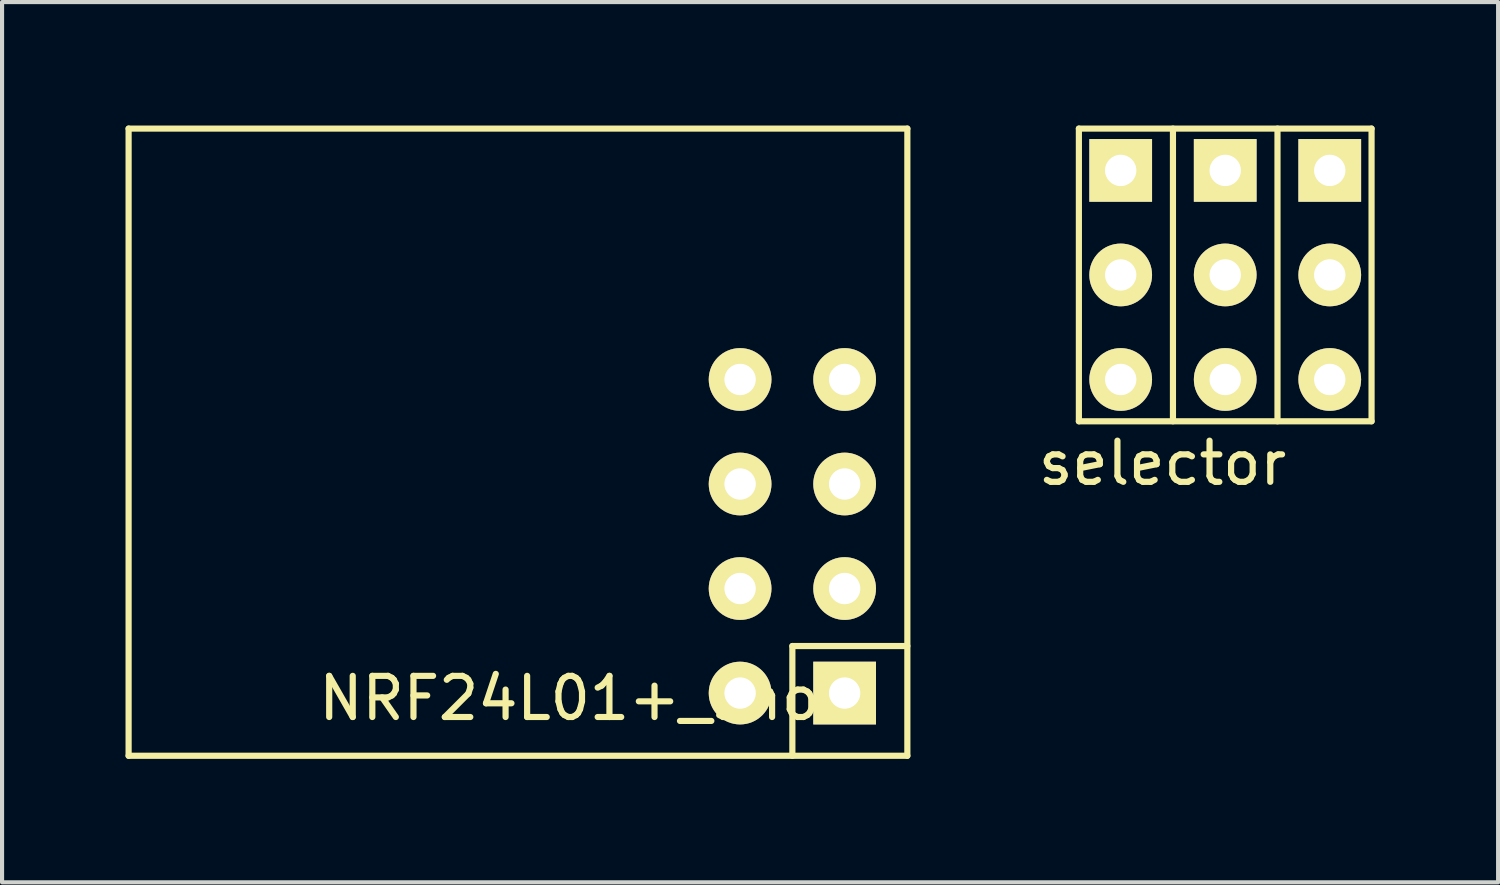
<source format=kicad_pcb>
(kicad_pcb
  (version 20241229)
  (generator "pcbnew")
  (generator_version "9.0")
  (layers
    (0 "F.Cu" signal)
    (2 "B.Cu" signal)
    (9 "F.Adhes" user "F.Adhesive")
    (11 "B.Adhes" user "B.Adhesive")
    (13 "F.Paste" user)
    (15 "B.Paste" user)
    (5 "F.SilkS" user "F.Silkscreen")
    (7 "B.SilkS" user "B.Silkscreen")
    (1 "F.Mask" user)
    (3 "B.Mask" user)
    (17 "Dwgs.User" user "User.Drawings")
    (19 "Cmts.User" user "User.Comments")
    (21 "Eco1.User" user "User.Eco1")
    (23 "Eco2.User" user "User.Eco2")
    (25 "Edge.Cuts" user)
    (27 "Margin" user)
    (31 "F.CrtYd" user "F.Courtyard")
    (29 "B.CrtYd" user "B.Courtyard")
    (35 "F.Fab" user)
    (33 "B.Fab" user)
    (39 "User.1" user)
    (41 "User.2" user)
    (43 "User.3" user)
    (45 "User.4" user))
  (footprint "selector"
    (layer "F.Cu")
    (at 24.182 1.091)
    (property "Reference" "selector" (at 1.016 7.112 0) (layer "F.SilkS") (effects (font (size 1 1) (thickness 0.15))))
    (attr through_hole)
    (fp_line (start -1.016 -1.016) (end 6.096 -1.016) (stroke (width 0.15) (type solid)) (layer "F.SilkS"))
    (fp_line (start -1.016 6.096) (end -1.016 -1.016) (stroke (width 0.15) (type solid)) (layer "F.SilkS"))
    (fp_line (start 1.27 -1.016) (end 1.27 6.096) (stroke (width 0.15) (type solid)) (layer "F.SilkS"))
    (fp_line (start 3.81 -1.016) (end 3.81 6.096) (stroke (width 0.15) (type solid)) (layer "F.SilkS"))
    (fp_line (start 6.096 -1.016) (end 6.096 6.096) (stroke (width 0.15) (type solid)) (layer "F.SilkS"))
    (fp_line (start 6.096 6.096) (end -1.016 6.096) (stroke (width 0.15) (type solid)) (layer "F.SilkS"))
    (pad "1" thru_hole rect (at 0 0) (size 1.524 1.524) (drill 0.762) (layers "*.Cu" "*.Mask" "F.SilkS"))
    (pad "2" thru_hole rect (at 2.54 0) (size 1.524 1.524) (drill 0.762) (layers "*.Cu" "*.Mask" "F.SilkS"))
    (pad "3" thru_hole rect (at 5.08 0) (size 1.524 1.524) (drill 0.762) (layers "*.Cu" "*.Mask" "F.SilkS"))
    (pad "4" thru_hole circle (at 0 2.54) (size 1.524 1.524) (drill 0.762) (layers "*.Cu" "*.Mask" "F.SilkS"))
    (pad "5" thru_hole circle (at 2.54 2.54) (size 1.524 1.524) (drill 0.762) (layers "*.Cu" "*.Mask" "F.SilkS"))
    (pad "6" thru_hole circle (at 5.08 2.54) (size 1.524 1.524) (drill 0.762) (layers "*.Cu" "*.Mask" "F.SilkS"))
    (pad "7" thru_hole circle (at 0 5.08) (size 1.524 1.524) (drill 0.762) (layers "*.Cu" "*.Mask" "F.SilkS"))
    (pad "8" thru_hole circle (at 2.54 5.08) (size 1.524 1.524) (drill 0.762) (layers "*.Cu" "*.Mask" "F.SilkS"))
    (pad "9" thru_hole circle (at 5.08 5.08) (size 1.524 1.524) (drill 0.762) (layers "*.Cu" "*.Mask" "F.SilkS")))
  (footprint "NRF24L01+_short"
    (layer "F.Cu")
    (at 4.139 7.949)
    (property "Reference" "NRF24L01+_short" (at 7.239 5.969 0) (layer "F.SilkS") (effects (font (size 1 1) (thickness 0.15))))
    (attr through_hole)
    (fp_line (start -4.064 7.366) (end -4.064 -7.874) (stroke (width 0.15) (type solid)) (layer "F.SilkS"))
    (fp_line (start -4.064 7.366) (end 14.859 7.366) (stroke (width 0.15) (type solid)) (layer "F.SilkS"))
    (fp_line (start 12.065 4.699) (end 12.065 7.366) (stroke (width 0.15) (type solid)) (layer "F.SilkS"))
    (fp_line (start 14.859 -7.874) (end -4.064 -7.874) (stroke (width 0.15) (type solid)) (layer "F.SilkS"))
    (fp_line (start 14.859 4.699) (end 12.065 4.699) (stroke (width 0.15) (type solid)) (layer "F.SilkS"))
    (fp_line (start 14.859 7.366) (end 14.859 -7.874) (stroke (width 0.15) (type solid)) (layer "F.SilkS"))
    (pad "1" thru_hole rect (at 13.335 5.842) (size 1.524 1.524) (drill 0.762) (layers "*.Cu" "*.Mask" "F.SilkS"))
    (pad "2" thru_hole circle (at 10.795 5.842) (size 1.524 1.524) (drill 0.762) (layers "*.Cu" "*.Mask" "F.SilkS"))
    (pad "3" thru_hole circle (at 13.335 3.302) (size 1.524 1.524) (drill 0.762) (layers "*.Cu" "*.Mask" "F.SilkS"))
    (pad "4" thru_hole circle (at 10.795 3.302) (size 1.524 1.524) (drill 0.762) (layers "*.Cu" "*.Mask" "F.SilkS"))
    (pad "5" thru_hole circle (at 13.335 0.762) (size 1.524 1.524) (drill 0.762) (layers "*.Cu" "*.Mask" "F.SilkS"))
    (pad "6" thru_hole circle (at 10.795 0.762) (size 1.524 1.524) (drill 0.762) (layers "*.Cu" "*.Mask" "F.SilkS"))
    (pad "7" thru_hole circle (at 13.335 -1.778) (size 1.524 1.524) (drill 0.762) (layers "*.Cu" "*.Mask" "F.SilkS"))
    (pad "8" thru_hole circle (at 10.795 -1.778) (size 1.524 1.524) (drill 0.762) (layers "*.Cu" "*.Mask" "F.SilkS")))
  (gr_rect
    (start -3 -3)
    (end 33.353 18.39)
    (stroke (width 0.1) (type default))
    (fill no)
    (layer "Edge.Cuts")))
</source>
